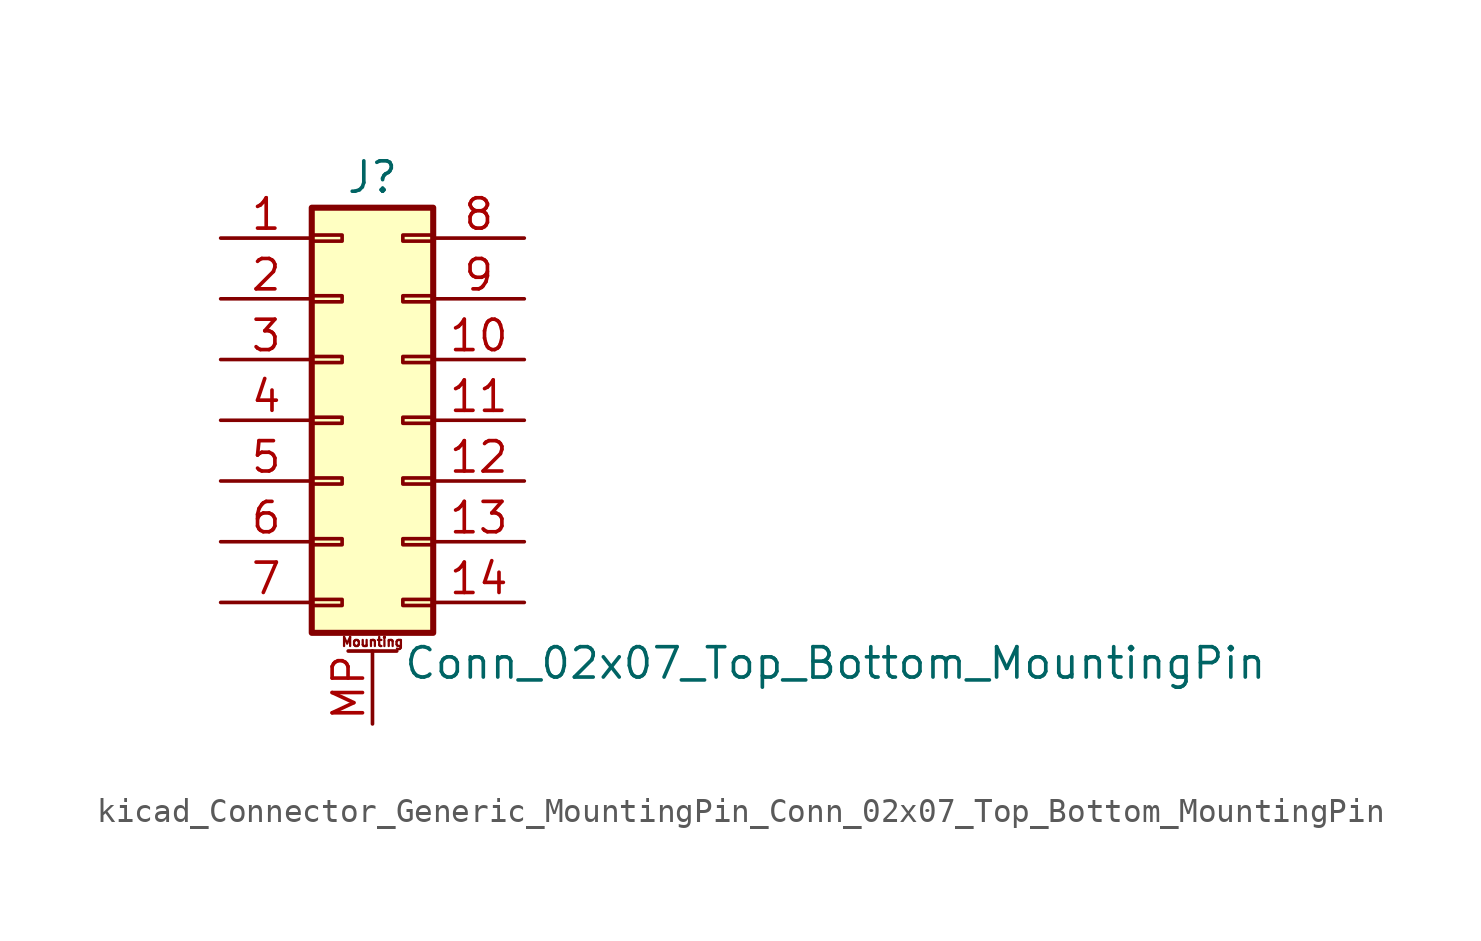
<source format=kicad_sym>
(kicad_symbol_lib
  (version 20220914)
  (generator kicad_symbol_editor)
  (symbol "kicad_Connector_Generic_MountingPin_Conn_02x07_Top_Bottom_MountingPin"
    (pin_names
      (offset 1.016) hide)
    (property "Reference" "J"
      (at 1.27 10.16 0)
      (effects (font (size 1.27 1.27))))
    (property "Value" "Conn_02x07_Top_Bottom_MountingPin"
      (at 2.54 -10.16 0)
      (effects (font (size 1.27 1.27)) (justify left)))
    (symbol "kicad_Connector_Generic_MountingPin_Conn_02x07_Top_Bottom_MountingPin_1_1"
      (rectangle (start -1.27 -7.493) (end 0 -7.747) (stroke (width 0.152) (type default)) (fill (type none)))
      (rectangle (start -1.27 -4.953) (end 0 -5.207) (stroke (width 0.152) (type default)) (fill (type none)))
      (rectangle (start -1.27 -2.413) (end 0 -2.667) (stroke (width 0.152) (type default)) (fill (type none)))
      (rectangle (start -1.27 0.127) (end 0 -0.127) (stroke (width 0.152) (type default)) (fill (type none)))
      (rectangle (start -1.27 2.667) (end 0 2.413) (stroke (width 0.152) (type default)) (fill (type none)))
      (rectangle (start -1.27 5.207) (end 0 4.953) (stroke (width 0.152) (type default)) (fill (type none)))
      (rectangle (start -1.27 7.747) (end 0 7.493) (stroke (width 0.152) (type default)) (fill (type none)))
      (rectangle (start -1.27 8.89) (end 3.81 -8.89) (stroke (width 0.254) (type default)) (fill (type background)))
      (polyline (pts (xy 0.254 -9.652) (xy 2.286 -9.652)) (stroke (width 0.152) (type default)) (fill (type none)))
      (rectangle (start 3.81 -7.493) (end 2.54 -7.747) (stroke (width 0.152) (type default)) (fill (type none)))
      (rectangle (start 3.81 -4.953) (end 2.54 -5.207) (stroke (width 0.152) (type default)) (fill (type none)))
      (rectangle (start 3.81 -2.413) (end 2.54 -2.667) (stroke (width 0.152) (type default)) (fill (type none)))
      (rectangle (start 3.81 0.127) (end 2.54 -0.127) (stroke (width 0.152) (type default)) (fill (type none)))
      (rectangle (start 3.81 2.667) (end 2.54 2.413) (stroke (width 0.152) (type default)) (fill (type none)))
      (rectangle (start 3.81 5.207) (end 2.54 4.953) (stroke (width 0.152) (type default)) (fill (type none)))
      (rectangle (start 3.81 7.747) (end 2.54 7.493) (stroke (width 0.152) (type default)) (fill (type none)))
      (text "Mounting" (at 1.27 -9.271 0) (effects (font (size 0.381 0.381))))
      (pin passive line (at -5.08 7.62 0) (length 3.81) (name "Pin_1" (effects (font (size 1.27 1.27)))) (number "1" (effects (font (size 1.27 1.27)))))
      (pin passive line (at 7.62 2.54 180) (length 3.81) (name "Pin_10" (effects (font (size 1.27 1.27)))) (number "10" (effects (font (size 1.27 1.27)))))
      (pin passive line (at 7.62 0 180) (length 3.81) (name "Pin_11" (effects (font (size 1.27 1.27)))) (number "11" (effects (font (size 1.27 1.27)))))
      (pin passive line (at 7.62 -2.54 180) (length 3.81) (name "Pin_12" (effects (font (size 1.27 1.27)))) (number "12" (effects (font (size 1.27 1.27)))))
      (pin passive line (at 7.62 -5.08 180) (length 3.81) (name "Pin_13" (effects (font (size 1.27 1.27)))) (number "13" (effects (font (size 1.27 1.27)))))
      (pin passive line (at 7.62 -7.62 180) (length 3.81) (name "Pin_14" (effects (font (size 1.27 1.27)))) (number "14" (effects (font (size 1.27 1.27)))))
      (pin passive line (at -5.08 5.08 0) (length 3.81) (name "Pin_2" (effects (font (size 1.27 1.27)))) (number "2" (effects (font (size 1.27 1.27)))))
      (pin passive line (at -5.08 2.54 0) (length 3.81) (name "Pin_3" (effects (font (size 1.27 1.27)))) (number "3" (effects (font (size 1.27 1.27)))))
      (pin passive line (at -5.08 0 0) (length 3.81) (name "Pin_4" (effects (font (size 1.27 1.27)))) (number "4" (effects (font (size 1.27 1.27)))))
      (pin passive line (at -5.08 -2.54 0) (length 3.81) (name "Pin_5" (effects (font (size 1.27 1.27)))) (number "5" (effects (font (size 1.27 1.27)))))
      (pin passive line (at -5.08 -5.08 0) (length 3.81) (name "Pin_6" (effects (font (size 1.27 1.27)))) (number "6" (effects (font (size 1.27 1.27)))))
      (pin passive line (at -5.08 -7.62 0) (length 3.81) (name "Pin_7" (effects (font (size 1.27 1.27)))) (number "7" (effects (font (size 1.27 1.27)))))
      (pin passive line (at 7.62 7.62 180) (length 3.81) (name "Pin_8" (effects (font (size 1.27 1.27)))) (number "8" (effects (font (size 1.27 1.27)))))
      (pin passive line (at 7.62 5.08 180) (length 3.81) (name "Pin_9" (effects (font (size 1.27 1.27)))) (number "9" (effects (font (size 1.27 1.27)))))
      (pin passive line (at 1.27 -12.7 90) (length 3.048) (name "MountPin" (effects (font (size 1.27 1.27)))) (number "MP" (effects (font (size 1.27 1.27))))))))
</source>
